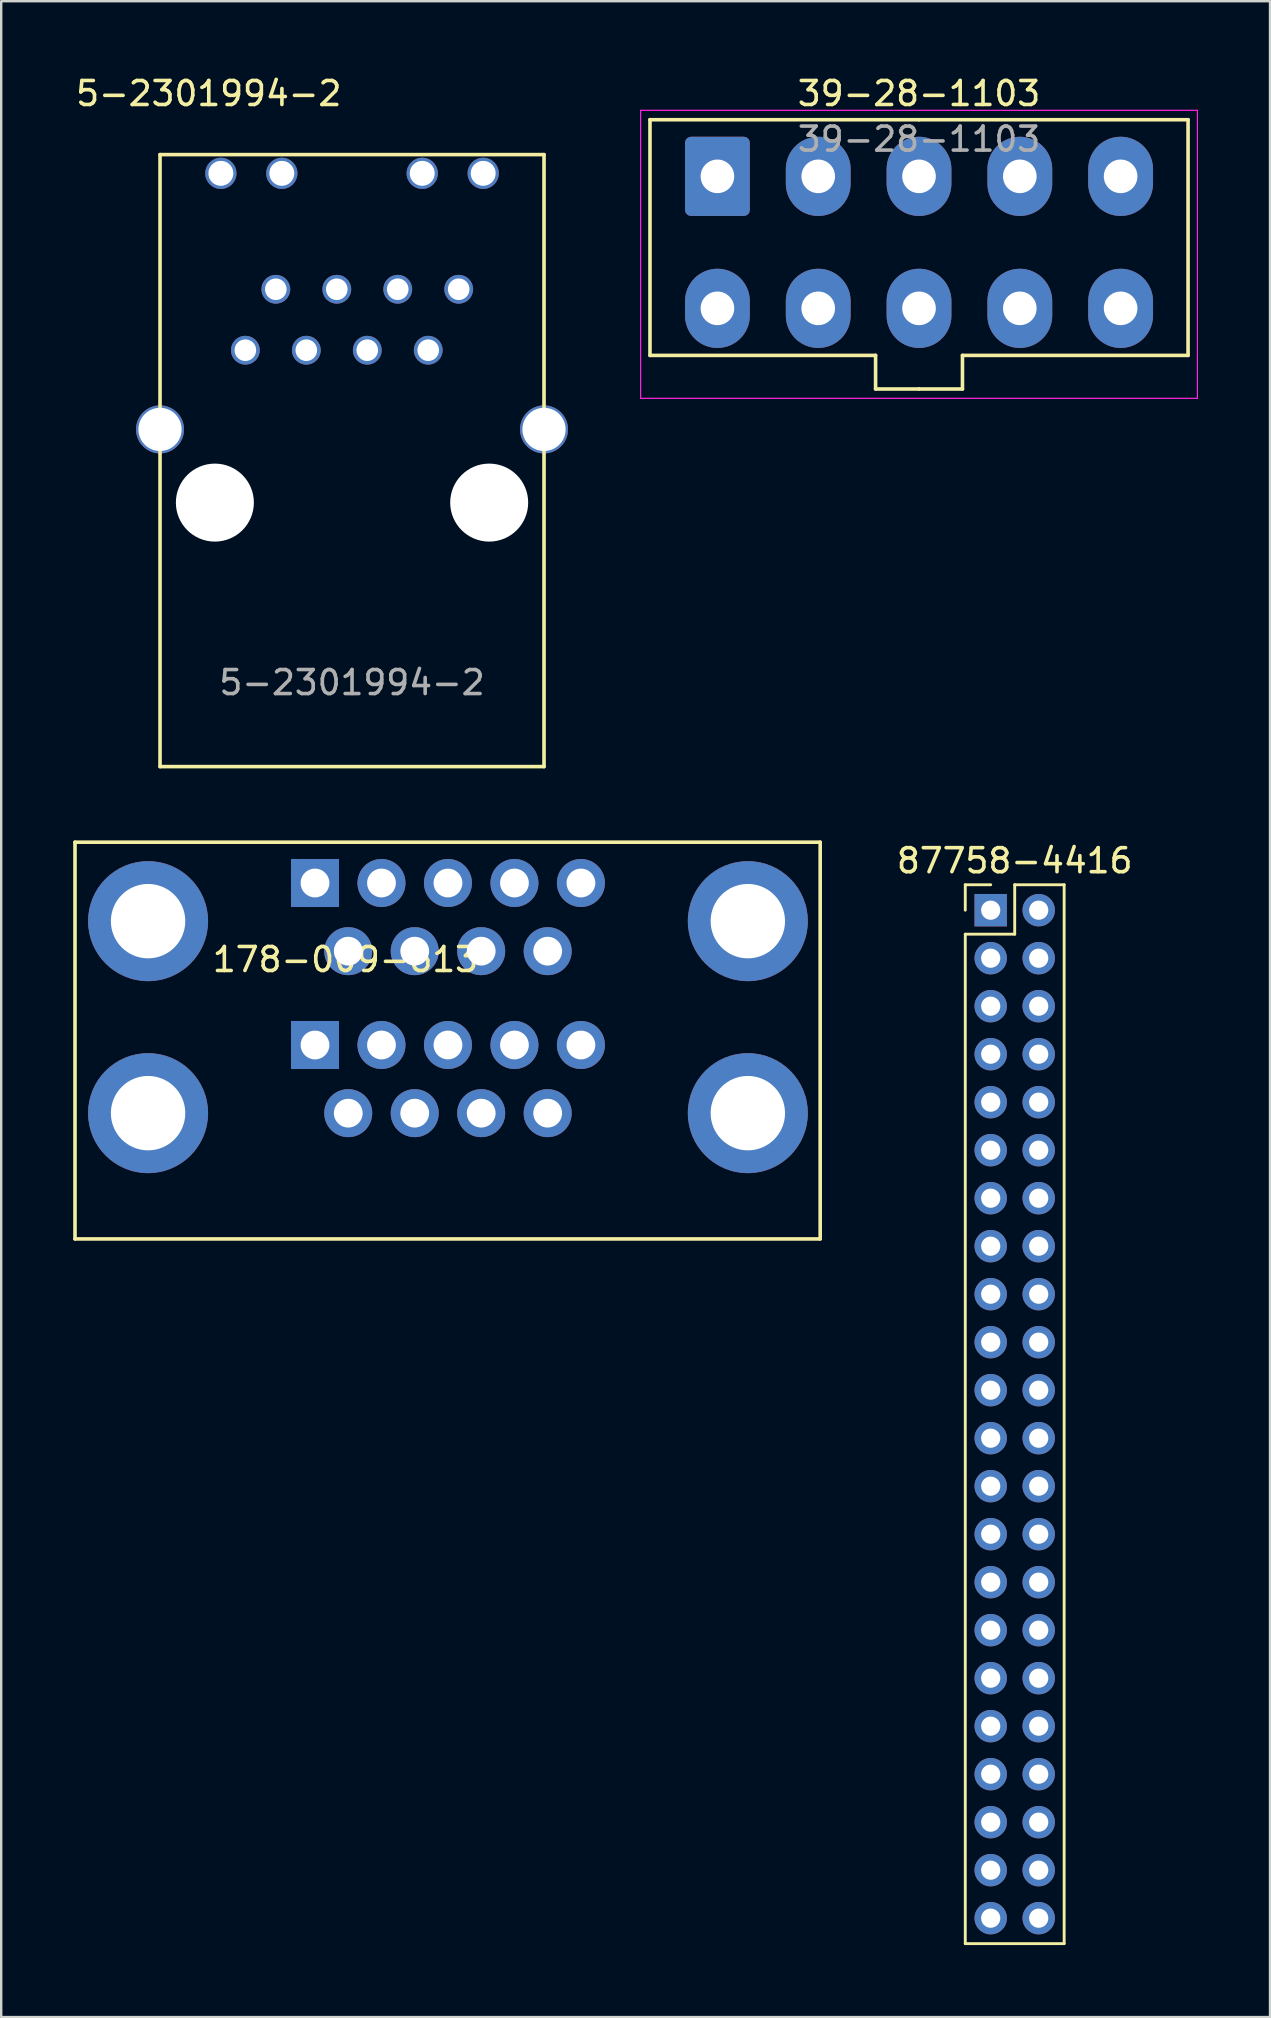
<source format=kicad_pcb>
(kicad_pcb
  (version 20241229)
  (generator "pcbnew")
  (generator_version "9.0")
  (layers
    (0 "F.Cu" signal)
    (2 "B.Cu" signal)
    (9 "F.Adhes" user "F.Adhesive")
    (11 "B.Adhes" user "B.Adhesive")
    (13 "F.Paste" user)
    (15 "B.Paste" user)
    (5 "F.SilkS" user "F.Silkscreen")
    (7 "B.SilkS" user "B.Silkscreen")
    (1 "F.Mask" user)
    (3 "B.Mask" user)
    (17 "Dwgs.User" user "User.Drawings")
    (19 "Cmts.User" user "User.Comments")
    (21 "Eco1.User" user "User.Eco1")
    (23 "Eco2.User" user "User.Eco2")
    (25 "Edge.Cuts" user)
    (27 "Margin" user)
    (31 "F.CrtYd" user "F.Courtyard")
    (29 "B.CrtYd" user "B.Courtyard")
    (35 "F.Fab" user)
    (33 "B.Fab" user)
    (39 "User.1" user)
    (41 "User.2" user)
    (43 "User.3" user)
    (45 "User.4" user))
  (footprint "5-2301994-2"
    (layer "F.Cu")
    (at 11.618 17.892)
    (property "Reference" "5-2301994-2" (at -5.969 -17.043 0) (layer "F.SilkS") (effects (font (size 1 1) (thickness 0.15))))
    (attr through_hole)
    (fp_line (start -8 -14.5) (end -8 11) (stroke (width 0.15) (type solid)) (layer "F.SilkS"))
    (fp_line (start -8 11) (end 8 11) (stroke (width 0.15) (type solid)) (layer "F.SilkS"))
    (fp_line (start 8 -14.5) (end -8 -14.5) (stroke (width 0.15) (type solid)) (layer "F.SilkS"))
    (fp_line (start 8 11) (end 8 -14.5) (stroke (width 0.15) (type solid)) (layer "F.SilkS"))
    (fp_text user "${REFERENCE}" (at 0 7.5 0) (layer "F.Fab") (effects (font (size 1 1) (thickness 0.15))))
    (pad "" thru_hole circle (at -8 -3.05) (size 2 2) (drill 1.8) (layers "*.Cu" "*.Mask"))
    (pad "" np_thru_hole circle (at -5.715 0) (size 3.25 3.25) (drill 3.25) (layers "*.Cu" "*.Mask"))
    (pad "" np_thru_hole circle (at 5.715 0) (size 3.25 3.25) (drill 3.25) (layers "*.Cu" "*.Mask"))
    (pad "" thru_hole circle (at 8 -3.05) (size 2 2) (drill 1.8) (layers "*.Cu" "*.Mask"))
    (pad "L1" thru_hole circle (at 5.465 -13.72) (size 1.3 1.3) (drill 1.04) (layers "*.Cu" "*.Mask"))
    (pad "L2" thru_hole circle (at 2.925 -13.72) (size 1.3 1.3) (drill 1.04) (layers "*.Cu" "*.Mask"))
    (pad "L3" thru_hole circle (at -2.925 -13.72) (size 1.3 1.3) (drill 1.04) (layers "*.Cu" "*.Mask"))
    (pad "L4" thru_hole circle (at -5.465 -13.72) (size 1.3 1.3) (drill 1.04) (layers "*.Cu" "*.Mask"))
    (pad "R1" thru_hole circle (at 4.445 -8.89) (size 1.2 1.2) (drill 0.9) (layers "*.Cu" "*.Mask"))
    (pad "R2" thru_hole circle (at 3.175 -6.35) (size 1.2 1.2) (drill 0.9) (layers "*.Cu" "*.Mask"))
    (pad "R3" thru_hole circle (at 1.905 -8.89) (size 1.2 1.2) (drill 0.9) (layers "*.Cu" "*.Mask"))
    (pad "R4" thru_hole circle (at 0.635 -6.35) (size 1.2 1.2) (drill 0.9) (layers "*.Cu" "*.Mask"))
    (pad "R5" thru_hole circle (at -0.635 -8.89) (size 1.2 1.2) (drill 0.9) (layers "*.Cu" "*.Mask"))
    (pad "R6" thru_hole circle (at -1.905 -6.35) (size 1.2 1.2) (drill 0.9) (layers "*.Cu" "*.Mask"))
    (pad "R7" thru_hole circle (at -3.175 -8.89) (size 1.2 1.2) (drill 0.9) (layers "*.Cu" "*.Mask"))
    (pad "R8" thru_hole circle (at -4.445 -6.35) (size 1.2 1.2) (drill 0.9) (layers "*.Cu" "*.Mask")))
  (footprint "87758-4416"
    (layer "F.Cu")
    (at 38.23 34.875)
    (property "Reference" "87758-4416" (at 1 -2.06 0) (layer "F.SilkS") (effects (font (size 1 1) (thickness 0.15))))
    (attr through_hole)
    (fp_line (start -1.06 -1.06) (end 0 -1.06) (stroke (width 0.12) (type solid)) (layer "F.SilkS"))
    (fp_line (start -1.06 0) (end -1.06 -1.06) (stroke (width 0.12) (type solid)) (layer "F.SilkS"))
    (fp_line (start -1.06 1) (end -1.06 43.06) (stroke (width 0.12) (type solid)) (layer "F.SilkS"))
    (fp_line (start -1.06 1) (end 1 1) (stroke (width 0.12) (type solid)) (layer "F.SilkS"))
    (fp_line (start -1.06 43.06) (end 3.06 43.06) (stroke (width 0.12) (type solid)) (layer "F.SilkS"))
    (fp_line (start 1 -1.06) (end 3.06 -1.06) (stroke (width 0.12) (type solid)) (layer "F.SilkS"))
    (fp_line (start 1 1) (end 1 -1.06) (stroke (width 0.12) (type solid)) (layer "F.SilkS"))
    (fp_line (start 3.06 -1.06) (end 3.06 43.06) (stroke (width 0.12) (type solid)) (layer "F.SilkS"))
    (pad "1" thru_hole rect (at 0 0) (size 1.35 1.35) (drill 0.8) (layers "*.Cu" "*.Mask"))
    (pad "2" thru_hole oval (at 2 0) (size 1.35 1.35) (drill 0.8) (layers "*.Cu" "*.Mask"))
    (pad "3" thru_hole oval (at 0 2) (size 1.35 1.35) (drill 0.8) (layers "*.Cu" "*.Mask"))
    (pad "4" thru_hole oval (at 2 2) (size 1.35 1.35) (drill 0.8) (layers "*.Cu" "*.Mask"))
    (pad "5" thru_hole oval (at 0 4) (size 1.35 1.35) (drill 0.8) (layers "*.Cu" "*.Mask"))
    (pad "6" thru_hole oval (at 2 4) (size 1.35 1.35) (drill 0.8) (layers "*.Cu" "*.Mask"))
    (pad "7" thru_hole oval (at 0 6) (size 1.35 1.35) (drill 0.8) (layers "*.Cu" "*.Mask"))
    (pad "8" thru_hole oval (at 2 6) (size 1.35 1.35) (drill 0.8) (layers "*.Cu" "*.Mask"))
    (pad "9" thru_hole oval (at 0 8) (size 1.35 1.35) (drill 0.8) (layers "*.Cu" "*.Mask"))
    (pad "10" thru_hole oval (at 2 8) (size 1.35 1.35) (drill 0.8) (layers "*.Cu" "*.Mask"))
    (pad "11" thru_hole oval (at 0 10) (size 1.35 1.35) (drill 0.8) (layers "*.Cu" "*.Mask"))
    (pad "12" thru_hole oval (at 2 10) (size 1.35 1.35) (drill 0.8) (layers "*.Cu" "*.Mask"))
    (pad "13" thru_hole oval (at 0 12) (size 1.35 1.35) (drill 0.8) (layers "*.Cu" "*.Mask"))
    (pad "14" thru_hole oval (at 2 12) (size 1.35 1.35) (drill 0.8) (layers "*.Cu" "*.Mask"))
    (pad "15" thru_hole oval (at 0 14) (size 1.35 1.35) (drill 0.8) (layers "*.Cu" "*.Mask"))
    (pad "16" thru_hole oval (at 2 14) (size 1.35 1.35) (drill 0.8) (layers "*.Cu" "*.Mask"))
    (pad "17" thru_hole oval (at 0 16) (size 1.35 1.35) (drill 0.8) (layers "*.Cu" "*.Mask"))
    (pad "18" thru_hole oval (at 2 16) (size 1.35 1.35) (drill 0.8) (layers "*.Cu" "*.Mask"))
    (pad "19" thru_hole oval (at 0 18) (size 1.35 1.35) (drill 0.8) (layers "*.Cu" "*.Mask"))
    (pad "20" thru_hole oval (at 2 18) (size 1.35 1.35) (drill 0.8) (layers "*.Cu" "*.Mask"))
    (pad "21" thru_hole oval (at 0 20) (size 1.35 1.35) (drill 0.8) (layers "*.Cu" "*.Mask"))
    (pad "22" thru_hole oval (at 2 20) (size 1.35 1.35) (drill 0.8) (layers "*.Cu" "*.Mask"))
    (pad "23" thru_hole oval (at 0 22) (size 1.35 1.35) (drill 0.8) (layers "*.Cu" "*.Mask"))
    (pad "24" thru_hole oval (at 2 22) (size 1.35 1.35) (drill 0.8) (layers "*.Cu" "*.Mask"))
    (pad "25" thru_hole oval (at 0 24) (size 1.35 1.35) (drill 0.8) (layers "*.Cu" "*.Mask"))
    (pad "26" thru_hole oval (at 2 24) (size 1.35 1.35) (drill 0.8) (layers "*.Cu" "*.Mask"))
    (pad "27" thru_hole oval (at 0 26) (size 1.35 1.35) (drill 0.8) (layers "*.Cu" "*.Mask"))
    (pad "28" thru_hole oval (at 2 26) (size 1.35 1.35) (drill 0.8) (layers "*.Cu" "*.Mask"))
    (pad "29" thru_hole oval (at 0 28) (size 1.35 1.35) (drill 0.8) (layers "*.Cu" "*.Mask"))
    (pad "30" thru_hole oval (at 2 28) (size 1.35 1.35) (drill 0.8) (layers "*.Cu" "*.Mask"))
    (pad "31" thru_hole oval (at 0 30) (size 1.35 1.35) (drill 0.8) (layers "*.Cu" "*.Mask"))
    (pad "32" thru_hole oval (at 2 30) (size 1.35 1.35) (drill 0.8) (layers "*.Cu" "*.Mask"))
    (pad "33" thru_hole oval (at 0 32) (size 1.35 1.35) (drill 0.8) (layers "*.Cu" "*.Mask"))
    (pad "34" thru_hole oval (at 2 32) (size 1.35 1.35) (drill 0.8) (layers "*.Cu" "*.Mask"))
    (pad "35" thru_hole oval (at 0 34) (size 1.35 1.35) (drill 0.8) (layers "*.Cu" "*.Mask"))
    (pad "36" thru_hole oval (at 2 34) (size 1.35 1.35) (drill 0.8) (layers "*.Cu" "*.Mask"))
    (pad "37" thru_hole oval (at 0 36) (size 1.35 1.35) (drill 0.8) (layers "*.Cu" "*.Mask"))
    (pad "38" thru_hole oval (at 2 36) (size 1.35 1.35) (drill 0.8) (layers "*.Cu" "*.Mask"))
    (pad "39" thru_hole oval (at 0 38) (size 1.35 1.35) (drill 0.8) (layers "*.Cu" "*.Mask"))
    (pad "40" thru_hole oval (at 2 38) (size 1.35 1.35) (drill 0.8) (layers "*.Cu" "*.Mask"))
    (pad "41" thru_hole oval (at 0 40) (size 1.35 1.35) (drill 0.8) (layers "*.Cu" "*.Mask"))
    (pad "42" thru_hole oval (at 2 40) (size 1.35 1.35) (drill 0.8) (layers "*.Cu" "*.Mask"))
    (pad "43" thru_hole oval (at 0 42) (size 1.35 1.35) (drill 0.8) (layers "*.Cu" "*.Mask"))
    (pad "44" thru_hole oval (at 2 42) (size 1.35 1.35) (drill 0.8) (layers "*.Cu" "*.Mask")))
  (footprint "178-009-613"
    (layer "F.Cu")
    (at 10.075 40.492)
    (property "Reference" "178-009-613" (at 1.27 -3.56 0) (layer "F.SilkS") (effects (font (size 1 1) (thickness 0.15))))
    (attr through_hole)
    (fp_line (start -10 -8.45) (end 21.05 -8.45) (stroke (width 0.15) (type solid)) (layer "F.SilkS"))
    (fp_line (start -10 8.08) (end -10 -8.45) (stroke (width 0.15) (type solid)) (layer "F.SilkS"))
    (fp_line (start -10 8.08) (end 21.05 8.08) (stroke (width 0.15) (type solid)) (layer "F.SilkS"))
    (fp_line (start 21.05 -8.45) (end 21.05 8.08) (stroke (width 0.15) (type solid)) (layer "F.SilkS"))
    (pad "1A" thru_hole rect (at 0 0 90) (size 2 2) (drill 1.2) (layers "*.Cu" "*.Mask"))
    (pad "1B" thru_hole rect (at 0 -6.75) (size 2 2) (drill 1.2) (layers "*.Cu" "*.Mask"))
    (pad "2A" thru_hole circle (at 2.77 0 90) (size 2 2) (drill 1.2) (layers "*.Cu" "*.Mask"))
    (pad "2B" thru_hole circle (at 2.77 -6.75) (size 2 2) (drill 1.2) (layers "*.Cu" "*.Mask"))
    (pad "3A" thru_hole circle (at 5.54 0 90) (size 2 2) (drill 1.2) (layers "*.Cu" "*.Mask"))
    (pad "3B" thru_hole circle (at 5.54 -6.75) (size 2 2) (drill 1.2) (layers "*.Cu" "*.Mask"))
    (pad "4A" thru_hole circle (at 8.31 0 90) (size 2 2) (drill 1.2) (layers "*.Cu" "*.Mask"))
    (pad "4B" thru_hole circle (at 8.31 -6.75) (size 2 2) (drill 1.2) (layers "*.Cu" "*.Mask"))
    (pad "5A" thru_hole circle (at 11.08 0 90) (size 2 2) (drill 1.2) (layers "*.Cu" "*.Mask"))
    (pad "5B" thru_hole circle (at 11.08 -6.75) (size 2 2) (drill 1.2) (layers "*.Cu" "*.Mask"))
    (pad "6A" thru_hole circle (at 1.385 2.84) (size 2 2) (drill 1.2) (layers "*.Cu" "*.Mask"))
    (pad "6B" thru_hole circle (at 1.385 -3.91) (size 2 2) (drill 1.2) (layers "*.Cu" "*.Mask"))
    (pad "7A" thru_hole circle (at 4.155 2.84) (size 2 2) (drill 1.2) (layers "*.Cu" "*.Mask"))
    (pad "7B" thru_hole circle (at 4.155 -3.91) (size 2 2) (drill 1.2) (layers "*.Cu" "*.Mask"))
    (pad "8A" thru_hole circle (at 6.925 2.84) (size 2 2) (drill 1.2) (layers "*.Cu" "*.Mask"))
    (pad "8B" thru_hole circle (at 6.925 -3.91) (size 2 2) (drill 1.2) (layers "*.Cu" "*.Mask"))
    (pad "9A" thru_hole circle (at 9.695 2.84) (size 2 2) (drill 1.2) (layers "*.Cu" "*.Mask"))
    (pad "9B" thru_hole circle (at 9.695 -3.91) (size 2 2) (drill 1.2) (layers "*.Cu" "*.Mask"))
    (pad "MH1A" thru_hole circle (at -6.955 2.84) (size 5 5) (drill 3.1) (layers "*.Cu" "*.Mask"))
    (pad "MH1B" thru_hole circle (at -6.955 -5.16) (size 5 5) (drill 3.1) (layers "*.Cu" "*.Mask"))
    (pad "MH2A" thru_hole circle (at 18.035 2.84) (size 5 5) (drill 3.1) (layers "*.Cu" "*.Mask"))
    (pad "MH2B" thru_hole circle (at 18.035 -5.16) (size 5 5) (drill 3.1) (layers "*.Cu" "*.Mask")))
  (footprint "39-28-1103"
    (layer "F.Cu")
    (at 26.843 4.298)
    (property "Reference" "39-28-1103" (at 8.4 -3.45 0) (layer "F.SilkS") (effects (font (size 1 1) (thickness 0.15))))
    (attr through_hole)
    (fp_line (start -2.81 -2.36) (end -2.81 7.46) (stroke (width 0.15) (type solid)) (layer "F.SilkS"))
    (fp_line (start -2.81 7.46) (end 6.59 7.46) (stroke (width 0.15) (type solid)) (layer "F.SilkS"))
    (fp_line (start 6.59 7.46) (end 6.59 8.86) (stroke (width 0.15) (type solid)) (layer "F.SilkS"))
    (fp_line (start 6.59 8.86) (end 8.4 8.86) (stroke (width 0.15) (type solid)) (layer "F.SilkS"))
    (fp_line (start 8.4 -2.36) (end -2.81 -2.36) (stroke (width 0.15) (type solid)) (layer "F.SilkS"))
    (fp_line (start 8.4 -2.36) (end 19.61 -2.36) (stroke (width 0.15) (type solid)) (layer "F.SilkS"))
    (fp_line (start 10.21 7.46) (end 10.21 8.86) (stroke (width 0.15) (type solid)) (layer "F.SilkS"))
    (fp_line (start 10.21 8.86) (end 8.4 8.86) (stroke (width 0.15) (type solid)) (layer "F.SilkS"))
    (fp_line (start 19.61 -2.36) (end 19.61 7.46) (stroke (width 0.15) (type solid)) (layer "F.SilkS"))
    (fp_line (start 19.61 7.46) (end 10.21 7.46) (stroke (width 0.15) (type solid)) (layer "F.SilkS"))
    (fp_line (start -3.2 -2.75) (end -3.2 9.25) (stroke (width 0.05) (type solid)) (layer "F.CrtYd"))
    (fp_line (start -3.2 9.25) (end 20 9.25) (stroke (width 0.05) (type solid)) (layer "F.CrtYd"))
    (fp_line (start 20 -2.75) (end -3.2 -2.75) (stroke (width 0.05) (type solid)) (layer "F.CrtYd"))
    (fp_line (start 20 9.25) (end 20 -2.75) (stroke (width 0.05) (type solid)) (layer "F.CrtYd"))
    (fp_text user "${REFERENCE}" (at 8.4 -1.55 0) (layer "F.Fab") (effects (font (size 1 1) (thickness 0.15))))
    (pad "1" thru_hole roundrect (at 0 0) (size 2.7 3.3) (drill 1.4) (layers "*.Cu" "*.Mask") (roundrect_rratio 0.093))
    (pad "2" thru_hole oval (at 4.2 0) (size 2.7 3.3) (drill 1.4) (layers "*.Cu" "*.Mask"))
    (pad "3" thru_hole oval (at 8.4 0) (size 2.7 3.3) (drill 1.4) (layers "*.Cu" "*.Mask"))
    (pad "4" thru_hole oval (at 12.6 0) (size 2.7 3.3) (drill 1.4) (layers "*.Cu" "*.Mask"))
    (pad "5" thru_hole oval (at 16.8 0) (size 2.7 3.3) (drill 1.4) (layers "*.Cu" "*.Mask"))
    (pad "6" thru_hole oval (at 0 5.5) (size 2.7 3.3) (drill 1.4) (layers "*.Cu" "*.Mask"))
    (pad "7" thru_hole oval (at 4.2 5.5) (size 2.7 3.3) (drill 1.4) (layers "*.Cu" "*.Mask"))
    (pad "8" thru_hole oval (at 8.4 5.5) (size 2.7 3.3) (drill 1.4) (layers "*.Cu" "*.Mask"))
    (pad "9" thru_hole oval (at 12.6 5.5) (size 2.7 3.3) (drill 1.4) (layers "*.Cu" "*.Mask"))
    (pad "10" thru_hole oval (at 16.8 5.5) (size 2.7 3.3) (drill 1.4) (layers "*.Cu" "*.Mask")))
  (gr_rect
    (start -3 -3)
    (end 49.868 80.995)
    (stroke (width 0.1) (type default))
    (fill no)
    (layer "Edge.Cuts")))
</source>
